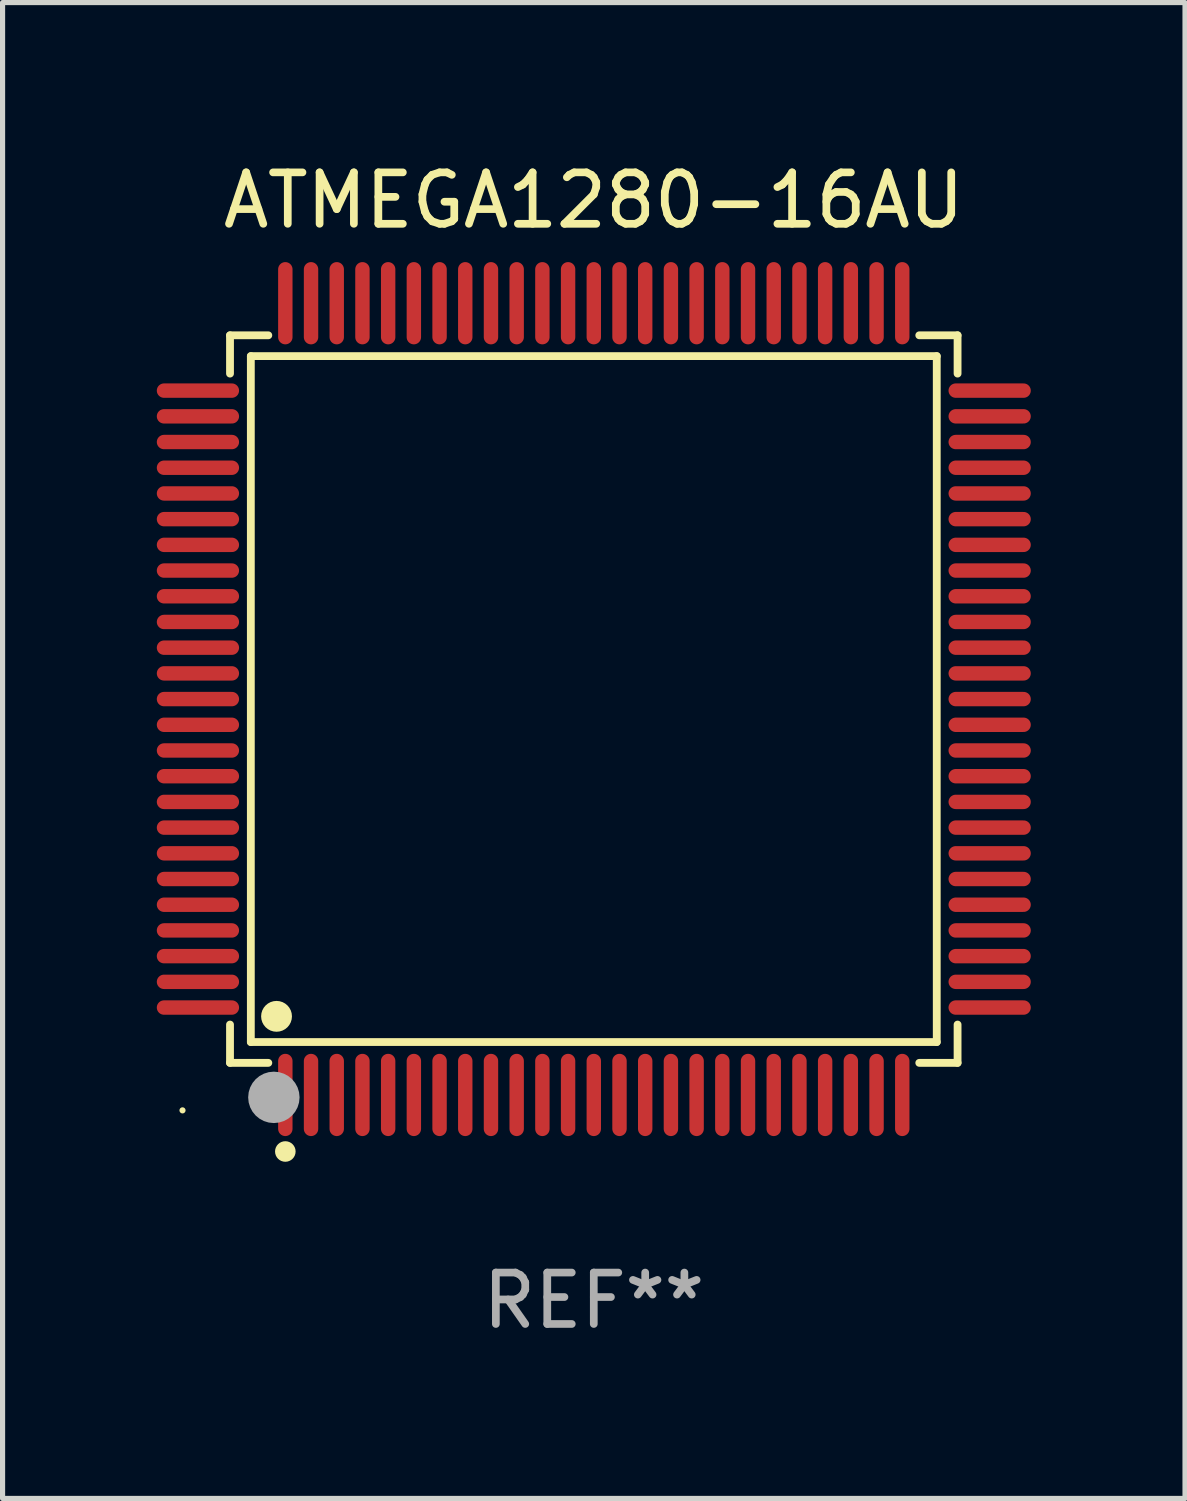
<source format=kicad_pcb>
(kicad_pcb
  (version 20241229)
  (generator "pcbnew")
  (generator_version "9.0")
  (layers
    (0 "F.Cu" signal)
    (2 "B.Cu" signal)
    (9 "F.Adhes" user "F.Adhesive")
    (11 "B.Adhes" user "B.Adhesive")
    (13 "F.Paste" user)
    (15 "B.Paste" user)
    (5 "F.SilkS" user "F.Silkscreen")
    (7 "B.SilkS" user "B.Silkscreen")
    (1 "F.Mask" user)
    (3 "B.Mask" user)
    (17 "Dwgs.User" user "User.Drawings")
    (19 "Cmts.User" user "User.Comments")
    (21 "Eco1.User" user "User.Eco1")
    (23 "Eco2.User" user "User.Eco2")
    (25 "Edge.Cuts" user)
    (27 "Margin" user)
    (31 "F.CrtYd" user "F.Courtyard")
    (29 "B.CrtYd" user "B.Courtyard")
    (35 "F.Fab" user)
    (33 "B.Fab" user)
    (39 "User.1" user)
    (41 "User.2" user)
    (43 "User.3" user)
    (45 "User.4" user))
  (footprint "ATMEGA1280-16AU"
    (layer "F.Cu")
    (at 8.5 10.548)
    (property "Reference" "ATMEGA1280-16AU" (at 0 -9.7 0) (layer "F.SilkS") (effects (font (size 1 1) (thickness 0.15))))
    (attr through_hole)
    (fp_line (start -7.076 -7.076) (end -6.331 -7.076) (stroke (width 0.152) (type solid)) (layer "F.SilkS"))
    (fp_line (start -7.076 -6.331) (end -7.076 -7.076) (stroke (width 0.152) (type solid)) (layer "F.SilkS"))
    (fp_line (start -7.076 6.331) (end -7.076 7.076) (stroke (width 0.152) (type solid)) (layer "F.SilkS"))
    (fp_line (start -7.076 7.076) (end -6.331 7.076) (stroke (width 0.152) (type solid)) (layer "F.SilkS"))
    (fp_line (start -6.671 -6.671) (end 6.671 -6.671) (stroke (width 0.152) (type solid)) (layer "F.SilkS"))
    (fp_line (start -6.671 6.671) (end -6.671 -6.671) (stroke (width 0.152) (type solid)) (layer "F.SilkS"))
    (fp_line (start 6.671 -6.671) (end 6.671 6.671) (stroke (width 0.152) (type solid)) (layer "F.SilkS"))
    (fp_line (start 6.671 6.671) (end -6.671 6.671) (stroke (width 0.152) (type solid)) (layer "F.SilkS"))
    (fp_line (start 7.076 -7.076) (end 6.331 -7.076) (stroke (width 0.152) (type solid)) (layer "F.SilkS"))
    (fp_line (start 7.076 -6.331) (end 7.076 -7.076) (stroke (width 0.152) (type solid)) (layer "F.SilkS"))
    (fp_line (start 7.076 6.331) (end 7.076 7.076) (stroke (width 0.152) (type solid)) (layer "F.SilkS"))
    (fp_line (start 7.076 7.076) (end 6.331 7.076) (stroke (width 0.152) (type solid)) (layer "F.SilkS"))
    (fp_circle (center -8 8) (end -7.97 8) (stroke (width 0.06) (type solid)) (fill no) (layer "F.SilkS"))
    (fp_circle (center -6.171 6.171) (end -6.021 6.171) (stroke (width 0.3) (type solid)) (fill no) (layer "F.SilkS"))
    (fp_circle (center -6 8.8) (end -5.9 8.8) (stroke (width 0.2) (type solid)) (fill no) (layer "F.SilkS"))
    (fp_circle (center -6.223 7.747) (end -5.973 7.747) (stroke (width 0.5) (type solid)) (fill no) (layer "F.Fab"))
    (fp_text user "REF**" (at 0 11.7 0) (layer "F.Fab") (effects (font (size 1 1) (thickness 0.15))))
    (pad "1" smd oval (at -6 7.7) (size 0.28 1.6) (layers "F.Cu" "F.Mask" "F.Paste"))
    (pad "2" smd oval (at -5.5 7.7) (size 0.28 1.6) (layers "F.Cu" "F.Mask" "F.Paste"))
    (pad "3" smd oval (at -5 7.7) (size 0.28 1.6) (layers "F.Cu" "F.Mask" "F.Paste"))
    (pad "4" smd oval (at -4.5 7.7) (size 0.28 1.6) (layers "F.Cu" "F.Mask" "F.Paste"))
    (pad "5" smd oval (at -4 7.7) (size 0.28 1.6) (layers "F.Cu" "F.Mask" "F.Paste"))
    (pad "6" smd oval (at -3.5 7.7) (size 0.28 1.6) (layers "F.Cu" "F.Mask" "F.Paste"))
    (pad "7" smd oval (at -3 7.7) (size 0.28 1.6) (layers "F.Cu" "F.Mask" "F.Paste"))
    (pad "8" smd oval (at -2.5 7.7) (size 0.28 1.6) (layers "F.Cu" "F.Mask" "F.Paste"))
    (pad "9" smd oval (at -2 7.7) (size 0.28 1.6) (layers "F.Cu" "F.Mask" "F.Paste"))
    (pad "10" smd oval (at -1.5 7.7) (size 0.28 1.6) (layers "F.Cu" "F.Mask" "F.Paste"))
    (pad "11" smd oval (at -1 7.7) (size 0.28 1.6) (layers "F.Cu" "F.Mask" "F.Paste"))
    (pad "12" smd oval (at -0.5 7.7) (size 0.28 1.6) (layers "F.Cu" "F.Mask" "F.Paste"))
    (pad "13" smd oval (at 0 7.7) (size 0.28 1.6) (layers "F.Cu" "F.Mask" "F.Paste"))
    (pad "14" smd oval (at 0.5 7.7) (size 0.28 1.6) (layers "F.Cu" "F.Mask" "F.Paste"))
    (pad "15" smd oval (at 1 7.7) (size 0.28 1.6) (layers "F.Cu" "F.Mask" "F.Paste"))
    (pad "16" smd oval (at 1.5 7.7) (size 0.28 1.6) (layers "F.Cu" "F.Mask" "F.Paste"))
    (pad "17" smd oval (at 2 7.7) (size 0.28 1.6) (layers "F.Cu" "F.Mask" "F.Paste"))
    (pad "18" smd oval (at 2.5 7.7) (size 0.28 1.6) (layers "F.Cu" "F.Mask" "F.Paste"))
    (pad "19" smd oval (at 3 7.7) (size 0.28 1.6) (layers "F.Cu" "F.Mask" "F.Paste"))
    (pad "20" smd oval (at 3.5 7.7) (size 0.28 1.6) (layers "F.Cu" "F.Mask" "F.Paste"))
    (pad "21" smd oval (at 4 7.7) (size 0.28 1.6) (layers "F.Cu" "F.Mask" "F.Paste"))
    (pad "22" smd oval (at 4.5 7.7) (size 0.28 1.6) (layers "F.Cu" "F.Mask" "F.Paste"))
    (pad "23" smd oval (at 5 7.7) (size 0.28 1.6) (layers "F.Cu" "F.Mask" "F.Paste"))
    (pad "24" smd oval (at 5.5 7.7) (size 0.28 1.6) (layers "F.Cu" "F.Mask" "F.Paste"))
    (pad "25" smd oval (at 6 7.7) (size 0.28 1.6) (layers "F.Cu" "F.Mask" "F.Paste"))
    (pad "26" smd oval (at 7.7 6) (size 1.6 0.28) (layers "F.Cu" "F.Mask" "F.Paste"))
    (pad "27" smd oval (at 7.7 5.5) (size 1.6 0.28) (layers "F.Cu" "F.Mask" "F.Paste"))
    (pad "28" smd oval (at 7.7 5) (size 1.6 0.28) (layers "F.Cu" "F.Mask" "F.Paste"))
    (pad "29" smd oval (at 7.7 4.5) (size 1.6 0.28) (layers "F.Cu" "F.Mask" "F.Paste"))
    (pad "30" smd oval (at 7.7 4) (size 1.6 0.28) (layers "F.Cu" "F.Mask" "F.Paste"))
    (pad "31" smd oval (at 7.7 3.5) (size 1.6 0.28) (layers "F.Cu" "F.Mask" "F.Paste"))
    (pad "32" smd oval (at 7.7 3) (size 1.6 0.28) (layers "F.Cu" "F.Mask" "F.Paste"))
    (pad "33" smd oval (at 7.7 2.5) (size 1.6 0.28) (layers "F.Cu" "F.Mask" "F.Paste"))
    (pad "34" smd oval (at 7.7 2) (size 1.6 0.28) (layers "F.Cu" "F.Mask" "F.Paste"))
    (pad "35" smd oval (at 7.7 1.5) (size 1.6 0.28) (layers "F.Cu" "F.Mask" "F.Paste"))
    (pad "36" smd oval (at 7.7 1) (size 1.6 0.28) (layers "F.Cu" "F.Mask" "F.Paste"))
    (pad "37" smd oval (at 7.7 0.5) (size 1.6 0.28) (layers "F.Cu" "F.Mask" "F.Paste"))
    (pad "38" smd oval (at 7.7 0) (size 1.6 0.28) (layers "F.Cu" "F.Mask" "F.Paste"))
    (pad "39" smd oval (at 7.7 -0.5) (size 1.6 0.28) (layers "F.Cu" "F.Mask" "F.Paste"))
    (pad "40" smd oval (at 7.7 -1) (size 1.6 0.28) (layers "F.Cu" "F.Mask" "F.Paste"))
    (pad "41" smd oval (at 7.7 -1.5) (size 1.6 0.28) (layers "F.Cu" "F.Mask" "F.Paste"))
    (pad "42" smd oval (at 7.7 -2) (size 1.6 0.28) (layers "F.Cu" "F.Mask" "F.Paste"))
    (pad "43" smd oval (at 7.7 -2.5) (size 1.6 0.28) (layers "F.Cu" "F.Mask" "F.Paste"))
    (pad "44" smd oval (at 7.7 -3) (size 1.6 0.28) (layers "F.Cu" "F.Mask" "F.Paste"))
    (pad "45" smd oval (at 7.7 -3.5) (size 1.6 0.28) (layers "F.Cu" "F.Mask" "F.Paste"))
    (pad "46" smd oval (at 7.7 -4) (size 1.6 0.28) (layers "F.Cu" "F.Mask" "F.Paste"))
    (pad "47" smd oval (at 7.7 -4.5) (size 1.6 0.28) (layers "F.Cu" "F.Mask" "F.Paste"))
    (pad "48" smd oval (at 7.7 -5) (size 1.6 0.28) (layers "F.Cu" "F.Mask" "F.Paste"))
    (pad "49" smd oval (at 7.7 -5.5) (size 1.6 0.28) (layers "F.Cu" "F.Mask" "F.Paste"))
    (pad "50" smd oval (at 7.7 -6) (size 1.6 0.28) (layers "F.Cu" "F.Mask" "F.Paste"))
    (pad "51" smd oval (at 6 -7.7) (size 0.28 1.6) (layers "F.Cu" "F.Mask" "F.Paste"))
    (pad "52" smd oval (at 5.5 -7.7) (size 0.28 1.6) (layers "F.Cu" "F.Mask" "F.Paste"))
    (pad "53" smd oval (at 5 -7.7) (size 0.28 1.6) (layers "F.Cu" "F.Mask" "F.Paste"))
    (pad "54" smd oval (at 4.5 -7.7) (size 0.28 1.6) (layers "F.Cu" "F.Mask" "F.Paste"))
    (pad "55" smd oval (at 4 -7.7) (size 0.28 1.6) (layers "F.Cu" "F.Mask" "F.Paste"))
    (pad "56" smd oval (at 3.5 -7.7) (size 0.28 1.6) (layers "F.Cu" "F.Mask" "F.Paste"))
    (pad "57" smd oval (at 3 -7.7) (size 0.28 1.6) (layers "F.Cu" "F.Mask" "F.Paste"))
    (pad "58" smd oval (at 2.5 -7.7) (size 0.28 1.6) (layers "F.Cu" "F.Mask" "F.Paste"))
    (pad "59" smd oval (at 2 -7.7) (size 0.28 1.6) (layers "F.Cu" "F.Mask" "F.Paste"))
    (pad "60" smd oval (at 1.5 -7.7) (size 0.28 1.6) (layers "F.Cu" "F.Mask" "F.Paste"))
    (pad "61" smd oval (at 1 -7.7) (size 0.28 1.6) (layers "F.Cu" "F.Mask" "F.Paste"))
    (pad "62" smd oval (at 0.5 -7.7) (size 0.28 1.6) (layers "F.Cu" "F.Mask" "F.Paste"))
    (pad "63" smd oval (at 0 -7.7) (size 0.28 1.6) (layers "F.Cu" "F.Mask" "F.Paste"))
    (pad "64" smd oval (at -0.5 -7.7) (size 0.28 1.6) (layers "F.Cu" "F.Mask" "F.Paste"))
    (pad "65" smd oval (at -1 -7.7) (size 0.28 1.6) (layers "F.Cu" "F.Mask" "F.Paste"))
    (pad "66" smd oval (at -1.5 -7.7) (size 0.28 1.6) (layers "F.Cu" "F.Mask" "F.Paste"))
    (pad "67" smd oval (at -2 -7.7) (size 0.28 1.6) (layers "F.Cu" "F.Mask" "F.Paste"))
    (pad "68" smd oval (at -2.5 -7.7) (size 0.28 1.6) (layers "F.Cu" "F.Mask" "F.Paste"))
    (pad "69" smd oval (at -3 -7.7) (size 0.28 1.6) (layers "F.Cu" "F.Mask" "F.Paste"))
    (pad "70" smd oval (at -3.5 -7.7) (size 0.28 1.6) (layers "F.Cu" "F.Mask" "F.Paste"))
    (pad "71" smd oval (at -4 -7.7) (size 0.28 1.6) (layers "F.Cu" "F.Mask" "F.Paste"))
    (pad "72" smd oval (at -4.5 -7.7) (size 0.28 1.6) (layers "F.Cu" "F.Mask" "F.Paste"))
    (pad "73" smd oval (at -5 -7.7) (size 0.28 1.6) (layers "F.Cu" "F.Mask" "F.Paste"))
    (pad "74" smd oval (at -5.5 -7.7) (size 0.28 1.6) (layers "F.Cu" "F.Mask" "F.Paste"))
    (pad "75" smd oval (at -6 -7.7) (size 0.28 1.6) (layers "F.Cu" "F.Mask" "F.Paste"))
    (pad "76" smd oval (at -7.7 -6) (size 1.6 0.28) (layers "F.Cu" "F.Mask" "F.Paste"))
    (pad "77" smd oval (at -7.7 -5.5) (size 1.6 0.28) (layers "F.Cu" "F.Mask" "F.Paste"))
    (pad "78" smd oval (at -7.7 -5) (size 1.6 0.28) (layers "F.Cu" "F.Mask" "F.Paste"))
    (pad "79" smd oval (at -7.7 -4.5) (size 1.6 0.28) (layers "F.Cu" "F.Mask" "F.Paste"))
    (pad "80" smd oval (at -7.7 -4) (size 1.6 0.28) (layers "F.Cu" "F.Mask" "F.Paste"))
    (pad "81" smd oval (at -7.7 -3.5) (size 1.6 0.28) (layers "F.Cu" "F.Mask" "F.Paste"))
    (pad "82" smd oval (at -7.7 -3) (size 1.6 0.28) (layers "F.Cu" "F.Mask" "F.Paste"))
    (pad "83" smd oval (at -7.7 -2.5) (size 1.6 0.28) (layers "F.Cu" "F.Mask" "F.Paste"))
    (pad "84" smd oval (at -7.7 -2) (size 1.6 0.28) (layers "F.Cu" "F.Mask" "F.Paste"))
    (pad "85" smd oval (at -7.7 -1.5) (size 1.6 0.28) (layers "F.Cu" "F.Mask" "F.Paste"))
    (pad "86" smd oval (at -7.7 -1) (size 1.6 0.28) (layers "F.Cu" "F.Mask" "F.Paste"))
    (pad "87" smd oval (at -7.7 -0.5) (size 1.6 0.28) (layers "F.Cu" "F.Mask" "F.Paste"))
    (pad "88" smd oval (at -7.7 0) (size 1.6 0.28) (layers "F.Cu" "F.Mask" "F.Paste"))
    (pad "89" smd oval (at -7.7 0.5) (size 1.6 0.28) (layers "F.Cu" "F.Mask" "F.Paste"))
    (pad "90" smd oval (at -7.7 1) (size 1.6 0.28) (layers "F.Cu" "F.Mask" "F.Paste"))
    (pad "91" smd oval (at -7.7 1.5) (size 1.6 0.28) (layers "F.Cu" "F.Mask" "F.Paste"))
    (pad "92" smd oval (at -7.7 2) (size 1.6 0.28) (layers "F.Cu" "F.Mask" "F.Paste"))
    (pad "93" smd oval (at -7.7 2.5) (size 1.6 0.28) (layers "F.Cu" "F.Mask" "F.Paste"))
    (pad "94" smd oval (at -7.7 3) (size 1.6 0.28) (layers "F.Cu" "F.Mask" "F.Paste"))
    (pad "95" smd oval (at -7.7 3.5) (size 1.6 0.28) (layers "F.Cu" "F.Mask" "F.Paste"))
    (pad "96" smd oval (at -7.7 4) (size 1.6 0.28) (layers "F.Cu" "F.Mask" "F.Paste"))
    (pad "97" smd oval (at -7.7 4.5) (size 1.6 0.28) (layers "F.Cu" "F.Mask" "F.Paste"))
    (pad "98" smd oval (at -7.7 5) (size 1.6 0.28) (layers "F.Cu" "F.Mask" "F.Paste"))
    (pad "99" smd oval (at -7.7 5.5) (size 1.6 0.28) (layers "F.Cu" "F.Mask" "F.Paste"))
    (pad "100" smd oval (at -7.7 6) (size 1.6 0.28) (layers "F.Cu" "F.Mask" "F.Paste")))
  (gr_rect
    (start -3 -3)
    (end 20 26.097)
    (stroke (width 0.1) (type default))
    (fill no)
    (layer "Edge.Cuts")))
</source>
